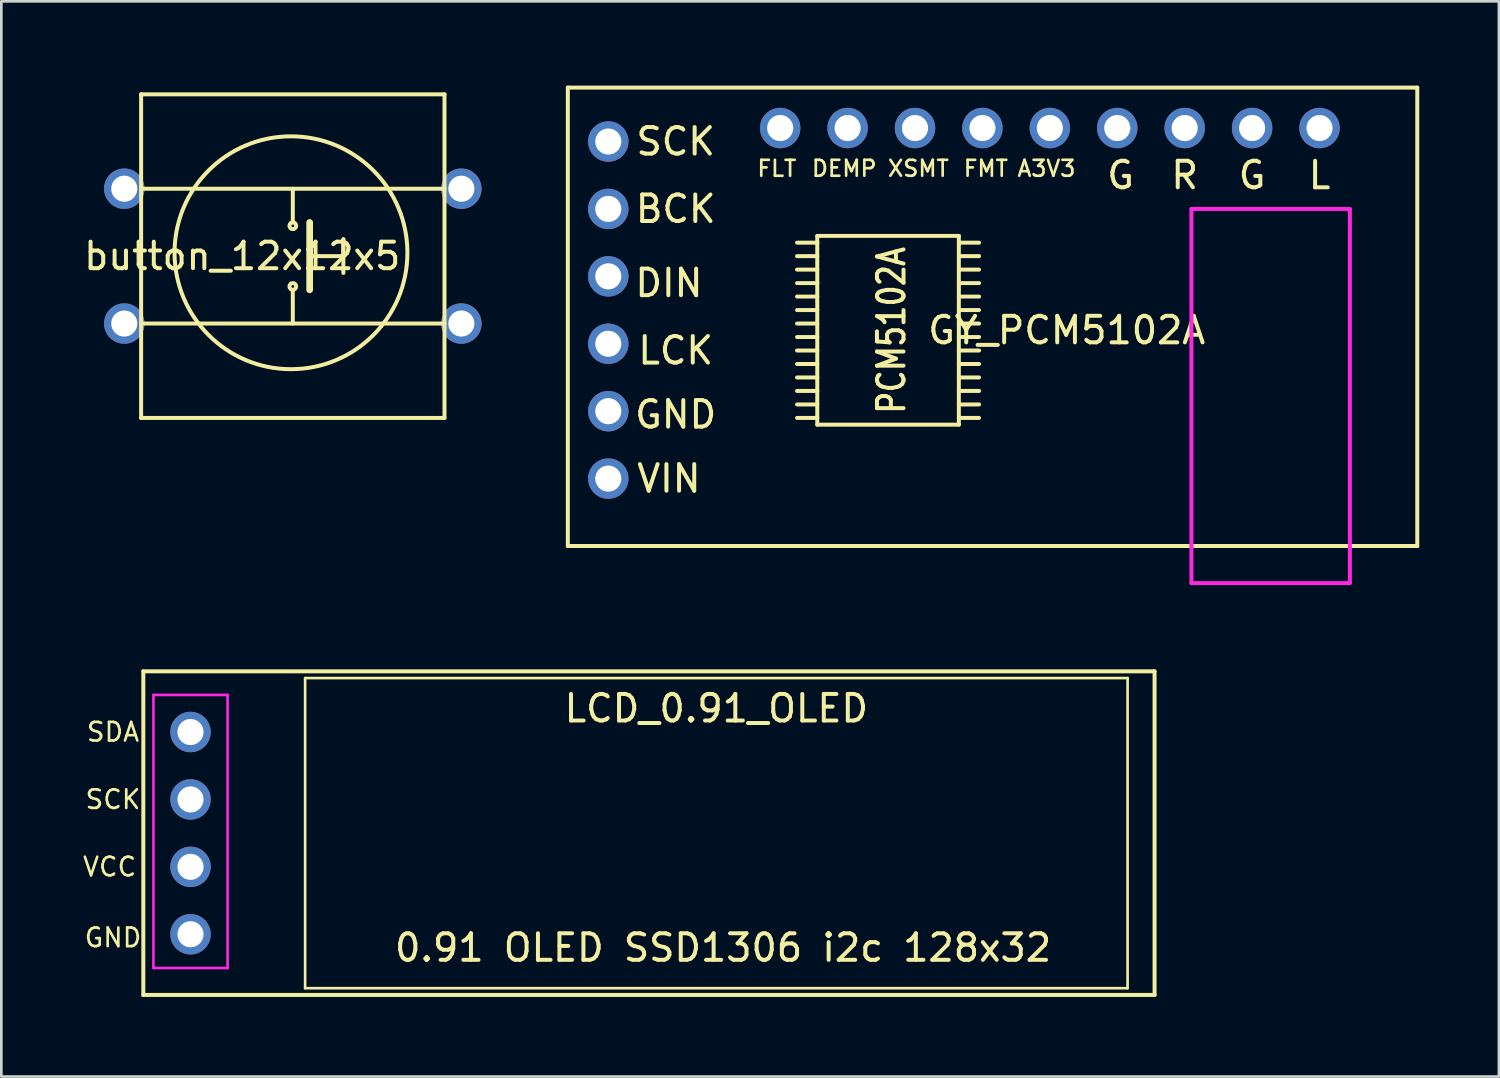
<source format=kicad_pcb>
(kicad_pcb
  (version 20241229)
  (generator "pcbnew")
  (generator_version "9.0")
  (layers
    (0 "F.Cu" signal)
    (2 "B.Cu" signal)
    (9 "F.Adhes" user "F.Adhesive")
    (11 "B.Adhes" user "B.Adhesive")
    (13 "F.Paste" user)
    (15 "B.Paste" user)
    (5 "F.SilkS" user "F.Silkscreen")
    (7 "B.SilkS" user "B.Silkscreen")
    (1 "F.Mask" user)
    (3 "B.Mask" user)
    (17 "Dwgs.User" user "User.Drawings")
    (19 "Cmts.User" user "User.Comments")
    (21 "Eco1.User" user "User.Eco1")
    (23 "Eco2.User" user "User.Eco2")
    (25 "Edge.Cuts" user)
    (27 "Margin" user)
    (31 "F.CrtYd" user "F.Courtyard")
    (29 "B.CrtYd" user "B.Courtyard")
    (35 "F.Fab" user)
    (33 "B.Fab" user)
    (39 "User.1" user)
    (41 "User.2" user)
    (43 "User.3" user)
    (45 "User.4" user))
  (footprint "LCD_0.91_OLED"
    (layer "F.Cu")
    (at 2.35 22.244)
    (property "Reference" "LCD_0.91_OLED" (at 21.59 1.397 0) (layer "F.SilkS") (effects (font (size 1 1) (thickness 0.15))))
    (attr through_hole)
    (fp_line (start 0 0) (end 38.1 0) (stroke (width 0.15) (type solid)) (layer "F.SilkS"))
    (fp_line (start 0 12.192) (end 0 0) (stroke (width 0.15) (type solid)) (layer "F.SilkS"))
    (fp_line (start 6.096 0.254) (end 37.084 0.254) (stroke (width 0.1) (type solid)) (layer "F.SilkS"))
    (fp_line (start 6.096 11.938) (end 6.096 0.254) (stroke (width 0.1) (type solid)) (layer "F.SilkS"))
    (fp_line (start 37.084 0.254) (end 37.084 11.938) (stroke (width 0.1) (type solid)) (layer "F.SilkS"))
    (fp_line (start 37.084 11.938) (end 6.096 11.938) (stroke (width 0.1) (type solid)) (layer "F.SilkS"))
    (fp_line (start 38.1 0) (end 38.1 12.192) (stroke (width 0.15) (type solid)) (layer "F.SilkS"))
    (fp_line (start 38.1 12.192) (end 0 12.192) (stroke (width 0.15) (type solid)) (layer "F.SilkS"))
    (fp_line (start 0.381 0.889) (end 3.175 0.889) (stroke (width 0.1) (type solid)) (layer "F.CrtYd"))
    (fp_line (start 0.381 11.176) (end 0.381 0.889) (stroke (width 0.1) (type solid)) (layer "F.CrtYd"))
    (fp_line (start 3.175 0.889) (end 3.175 11.176) (stroke (width 0.1) (type solid)) (layer "F.CrtYd"))
    (fp_line (start 3.175 11.176) (end 0.381 11.176) (stroke (width 0.1) (type solid)) (layer "F.CrtYd"))
    (fp_text user "SCK" (at -1.143 4.826 0) (layer "F.SilkS") (effects (font (size 0.7 0.7) (thickness 0.1))))
    (fp_text user "SDA" (at -1.143 2.286 0) (layer "F.SilkS") (effects (font (size 0.7 0.7) (thickness 0.1))))
    (fp_text user "0.91 OLED SSD1306 i2c 128x32" (at 21.844 10.414 0) (layer "F.SilkS") (effects (font (size 1 1) (thickness 0.15))))
    (fp_text user "VCC" (at -1.27 7.366 0) (layer "F.SilkS") (effects (font (size 0.7 0.7) (thickness 0.1))))
    (fp_text user "GND" (at -1.143 10.033 0) (layer "F.SilkS") (effects (font (size 0.7 0.7) (thickness 0.1))))
    (pad "1" thru_hole circle (at 1.778 2.286) (size 1.524 1.524) (drill 0.984) (layers "*.Cu" "*.Mask"))
    (pad "2" thru_hole circle (at 1.778 4.826) (size 1.524 1.524) (drill 0.984) (layers "*.Cu" "*.Mask"))
    (pad "3" thru_hole circle (at 1.778 7.366) (size 1.524 1.524) (drill 0.984) (layers "*.Cu" "*.Mask"))
    (pad "4" thru_hole circle (at 1.778 9.906) (size 1.524 1.524) (drill 0.984) (layers "*.Cu" "*.Mask")))
  (footprint "GY_PCM5102A"
    (layer "F.Cu")
    (at 18.344 0.25)
    (property "Reference" "GY_PCM5102A" (at 18.796 9.144 0) (layer "F.SilkS") (effects (font (size 1 1) (thickness 0.15))))
    (attr through_hole)
    (fp_line (start 0 0) (end 32.004 0) (stroke (width 0.15) (type solid)) (layer "F.SilkS"))
    (fp_line (start 0 17.272) (end 0 0) (stroke (width 0.15) (type solid)) (layer "F.SilkS"))
    (fp_line (start 8.636 5.842) (end 9.398 5.842) (stroke (width 0.15) (type solid)) (layer "F.SilkS"))
    (fp_line (start 8.636 6.35) (end 9.398 6.35) (stroke (width 0.15) (type solid)) (layer "F.SilkS"))
    (fp_line (start 8.636 6.858) (end 9.398 6.858) (stroke (width 0.15) (type solid)) (layer "F.SilkS"))
    (fp_line (start 8.636 7.366) (end 9.398 7.366) (stroke (width 0.15) (type solid)) (layer "F.SilkS"))
    (fp_line (start 8.636 7.874) (end 9.398 7.874) (stroke (width 0.15) (type solid)) (layer "F.SilkS"))
    (fp_line (start 8.636 8.382) (end 9.398 8.382) (stroke (width 0.15) (type solid)) (layer "F.SilkS"))
    (fp_line (start 8.636 8.89) (end 9.398 8.89) (stroke (width 0.15) (type solid)) (layer "F.SilkS"))
    (fp_line (start 8.636 9.398) (end 9.398 9.398) (stroke (width 0.15) (type solid)) (layer "F.SilkS"))
    (fp_line (start 8.636 9.906) (end 9.398 9.906) (stroke (width 0.15) (type solid)) (layer "F.SilkS"))
    (fp_line (start 8.636 10.414) (end 9.398 10.414) (stroke (width 0.15) (type solid)) (layer "F.SilkS"))
    (fp_line (start 8.636 10.922) (end 9.398 10.922) (stroke (width 0.15) (type solid)) (layer "F.SilkS"))
    (fp_line (start 8.636 11.43) (end 9.398 11.43) (stroke (width 0.15) (type solid)) (layer "F.SilkS"))
    (fp_line (start 8.636 11.938) (end 9.398 11.938) (stroke (width 0.15) (type solid)) (layer "F.SilkS"))
    (fp_line (start 8.636 12.446) (end 9.398 12.446) (stroke (width 0.15) (type solid)) (layer "F.SilkS"))
    (fp_line (start 9.398 5.588) (end 9.398 12.7) (stroke (width 0.15) (type solid)) (layer "F.SilkS"))
    (fp_line (start 9.398 12.7) (end 14.732 12.7) (stroke (width 0.15) (type solid)) (layer "F.SilkS"))
    (fp_line (start 14.732 5.588) (end 9.398 5.588) (stroke (width 0.15) (type solid)) (layer "F.SilkS"))
    (fp_line (start 14.732 5.842) (end 15.494 5.842) (stroke (width 0.15) (type solid)) (layer "F.SilkS"))
    (fp_line (start 14.732 6.35) (end 15.494 6.35) (stroke (width 0.15) (type solid)) (layer "F.SilkS"))
    (fp_line (start 14.732 6.858) (end 15.494 6.858) (stroke (width 0.15) (type solid)) (layer "F.SilkS"))
    (fp_line (start 14.732 7.366) (end 15.494 7.366) (stroke (width 0.15) (type solid)) (layer "F.SilkS"))
    (fp_line (start 14.732 7.874) (end 15.494 7.874) (stroke (width 0.15) (type solid)) (layer "F.SilkS"))
    (fp_line (start 14.732 8.382) (end 15.494 8.382) (stroke (width 0.15) (type solid)) (layer "F.SilkS"))
    (fp_line (start 14.732 8.89) (end 15.494 8.89) (stroke (width 0.15) (type solid)) (layer "F.SilkS"))
    (fp_line (start 14.732 9.398) (end 15.494 9.398) (stroke (width 0.15) (type solid)) (layer "F.SilkS"))
    (fp_line (start 14.732 9.906) (end 15.494 9.906) (stroke (width 0.15) (type solid)) (layer "F.SilkS"))
    (fp_line (start 14.732 10.414) (end 15.494 10.414) (stroke (width 0.15) (type solid)) (layer "F.SilkS"))
    (fp_line (start 14.732 10.922) (end 15.494 10.922) (stroke (width 0.15) (type solid)) (layer "F.SilkS"))
    (fp_line (start 14.732 11.43) (end 15.494 11.43) (stroke (width 0.15) (type solid)) (layer "F.SilkS"))
    (fp_line (start 14.732 11.938) (end 15.494 11.938) (stroke (width 0.15) (type solid)) (layer "F.SilkS"))
    (fp_line (start 14.732 12.446) (end 15.494 12.446) (stroke (width 0.15) (type solid)) (layer "F.SilkS"))
    (fp_line (start 14.732 12.7) (end 14.732 5.588) (stroke (width 0.15) (type solid)) (layer "F.SilkS"))
    (fp_line (start 32.004 0) (end 32.004 17.272) (stroke (width 0.15) (type solid)) (layer "F.SilkS"))
    (fp_line (start 32.004 17.272) (end 0 17.272) (stroke (width 0.15) (type solid)) (layer "F.SilkS"))
    (fp_line (start 23.495 4.572) (end 29.464 4.572) (stroke (width 0.15) (type solid)) (layer "F.CrtYd"))
    (fp_line (start 23.495 17.272) (end 23.495 4.572) (stroke (width 0.15) (type solid)) (layer "F.CrtYd"))
    (fp_line (start 23.495 17.272) (end 23.495 18.669) (stroke (width 0.15) (type solid)) (layer "F.CrtYd"))
    (fp_line (start 23.495 18.669) (end 29.464 18.669) (stroke (width 0.15) (type solid)) (layer "F.CrtYd"))
    (fp_line (start 29.464 18.669) (end 29.464 4.572) (stroke (width 0.15) (type solid)) (layer "F.CrtYd"))
    (fp_text user "GND" (at 4.064 12.319 0) (layer "F.SilkS") (effects (font (size 1 1) (thickness 0.15))))
    (fp_text user "PCM5102A" (at 12.192 9.144 90) (layer "F.SilkS") (effects (font (size 1 0.8) (thickness 0.15))))
    (fp_text user "LCK" (at 4.064 9.906 0) (layer "F.SilkS") (effects (font (size 1 1) (thickness 0.15))))
    (fp_text user "DEMP" (at 10.414 3.048 0) (layer "F.SilkS") (effects (font (size 0.6 0.6) (thickness 0.1))))
    (fp_text user "DIN" (at 3.81 7.366 0) (layer "F.SilkS") (effects (font (size 1 1) (thickness 0.15))))
    (fp_text user "XSMT" (at 13.208 3.048 0) (layer "F.SilkS") (effects (font (size 0.6 0.6) (thickness 0.1))))
    (fp_text user "FMT" (at 15.748 3.048 0) (layer "F.SilkS") (effects (font (size 0.6 0.6) (thickness 0.1))))
    (fp_text user "FLT" (at 7.874 3.048 0) (layer "F.SilkS") (effects (font (size 0.6 0.6) (thickness 0.1))))
    (fp_text user "G" (at 25.781 3.302 0) (layer "F.SilkS") (effects (font (size 1 1) (thickness 0.15))))
    (fp_text user "SCK" (at 4.064 2.032 0) (layer "F.SilkS") (effects (font (size 1 1) (thickness 0.15))))
    (fp_text user "VIN" (at 3.81 14.732 0) (layer "F.SilkS") (effects (font (size 1 1) (thickness 0.15))))
    (fp_text user "R" (at 23.241 3.302 0) (layer "F.SilkS") (effects (font (size 1 1) (thickness 0.15))))
    (fp_text user "G" (at 20.828 3.302 0) (layer "F.SilkS") (effects (font (size 1 1) (thickness 0.15))))
    (fp_text user "A3V3" (at 18.034 3.048 0) (layer "F.SilkS") (effects (font (size 0.6 0.6) (thickness 0.1))))
    (fp_text user "L" (at 28.321 3.302 0) (layer "F.SilkS") (effects (font (size 1 1) (thickness 0.15))))
    (fp_text user "BCK" (at 4.064 4.572 0) (layer "F.SilkS") (effects (font (size 1 1) (thickness 0.15))))
    (pad "1" thru_hole circle (at 1.524 2.032) (size 1.524 1.524) (drill 0.984) (layers "*.Cu" "*.Mask"))
    (pad "2" thru_hole circle (at 1.524 4.572) (size 1.524 1.524) (drill 0.984) (layers "*.Cu" "*.Mask"))
    (pad "3" thru_hole circle (at 1.524 7.112) (size 1.524 1.524) (drill 0.984) (layers "*.Cu" "*.Mask"))
    (pad "4" thru_hole circle (at 1.524 9.652) (size 1.524 1.524) (drill 0.984) (layers "*.Cu" "*.Mask"))
    (pad "5" thru_hole circle (at 1.524 12.192) (size 1.524 1.524) (drill 0.984) (layers "*.Cu" "*.Mask"))
    (pad "6" thru_hole circle (at 1.524 14.732) (size 1.524 1.524) (drill 0.984) (layers "*.Cu" "*.Mask"))
    (pad "7" thru_hole circle (at 8.001 1.524) (size 1.524 1.524) (drill 0.984) (layers "*.Cu" "*.Mask"))
    (pad "8" thru_hole circle (at 10.541 1.524) (size 1.524 1.524) (drill 0.984) (layers "*.Cu" "*.Mask"))
    (pad "9" thru_hole circle (at 13.081 1.524) (size 1.524 1.524) (drill 0.984) (layers "*.Cu" "*.Mask"))
    (pad "10" thru_hole circle (at 15.621 1.524) (size 1.524 1.524) (drill 0.984) (layers "*.Cu" "*.Mask"))
    (pad "11" thru_hole circle (at 18.161 1.524) (size 1.524 1.524) (drill 0.984) (layers "*.Cu" "*.Mask"))
    (pad "12" thru_hole circle (at 20.701 1.524) (size 1.524 1.524) (drill 0.984) (layers "*.Cu" "*.Mask"))
    (pad "13" thru_hole circle (at 23.241 1.524) (size 1.524 1.524) (drill 0.984) (layers "*.Cu" "*.Mask"))
    (pad "14" thru_hole circle (at 25.781 1.524) (size 1.524 1.524) (drill 0.984) (layers "*.Cu" "*.Mask"))
    (pad "15" thru_hole circle (at 28.321 1.524) (size 1.524 1.524) (drill 0.984) (layers "*.Cu" "*.Mask")))
  (footprint "button_12x12x5"
    (layer "F.Cu")
    (at 1.632 0.25)
    (property "Reference" "button_12x12x5" (at 4.445 6.35 0) (layer "F.SilkS") (effects (font (size 1 1) (thickness 0.15))))
    (attr through_hole)
    (fp_line (start 0.635 0.254) (end 0.635 12.446) (stroke (width 0.15) (type solid)) (layer "F.SilkS"))
    (fp_line (start 0.635 3.81) (end 12.065 3.81) (stroke (width 0.15) (type solid)) (layer "F.SilkS"))
    (fp_line (start 0.635 8.89) (end 12.065 8.89) (stroke (width 0.15) (type solid)) (layer "F.SilkS"))
    (fp_line (start 0.635 12.446) (end 12.065 12.446) (stroke (width 0.15) (type solid)) (layer "F.SilkS"))
    (fp_line (start 6.35 5.08) (end 6.35 3.81) (stroke (width 0.15) (type solid)) (layer "F.SilkS"))
    (fp_line (start 6.35 8.89) (end 6.35 7.62) (stroke (width 0.15) (type solid)) (layer "F.SilkS"))
    (fp_line (start 6.985 6.35) (end 8.255 6.35) (stroke (width 0.15) (type solid)) (layer "F.SilkS"))
    (fp_line (start 6.985 7.62) (end 6.985 5.08) (stroke (width 0.252) (type solid)) (layer "F.SilkS"))
    (fp_line (start 8.255 5.715) (end 8.255 6.35) (stroke (width 0.15) (type solid)) (layer "F.SilkS"))
    (fp_line (start 8.255 6.35) (end 8.255 5.715) (stroke (width 0.15) (type solid)) (layer "F.SilkS"))
    (fp_line (start 8.255 6.35) (end 8.255 6.985) (stroke (width 0.15) (type solid)) (layer "F.SilkS"))
    (fp_line (start 12.065 0.254) (end 0.635 0.254) (stroke (width 0.15) (type solid)) (layer "F.SilkS"))
    (fp_line (start 12.065 12.446) (end 12.065 0.254) (stroke (width 0.15) (type solid)) (layer "F.SilkS"))
    (fp_circle (center 6.281 6.223) (end 10.345 4.572) (stroke (width 0.15) (type solid)) (fill no) (layer "F.SilkS"))
    (fp_circle (center 6.35 5.207) (end 6.477 5.207) (stroke (width 0.15) (type solid)) (fill no) (layer "F.SilkS"))
    (fp_circle (center 6.35 7.493) (end 6.35 7.62) (stroke (width 0.15) (type solid)) (fill no) (layer "F.SilkS"))
    (pad "1" thru_hole circle (at 0 3.81) (size 1.524 1.524) (drill 0.984) (layers "*.Cu" "*.Mask"))
    (pad "2" thru_hole circle (at 0 8.89) (size 1.524 1.524) (drill 0.984) (layers "*.Cu" "*.Mask"))
    (pad "3" thru_hole circle (at 12.7 3.81) (size 1.524 1.524) (drill 0.984) (layers "*.Cu" "*.Mask"))
    (pad "4" thru_hole circle (at 12.7 8.89) (size 1.524 1.524) (drill 0.984) (layers "*.Cu" "*.Mask")))
  (gr_rect
    (start -3 -3)
    (end 53.423 37.511)
    (stroke (width 0.1) (type default))
    (fill no)
    (layer "Edge.Cuts")))
</source>
